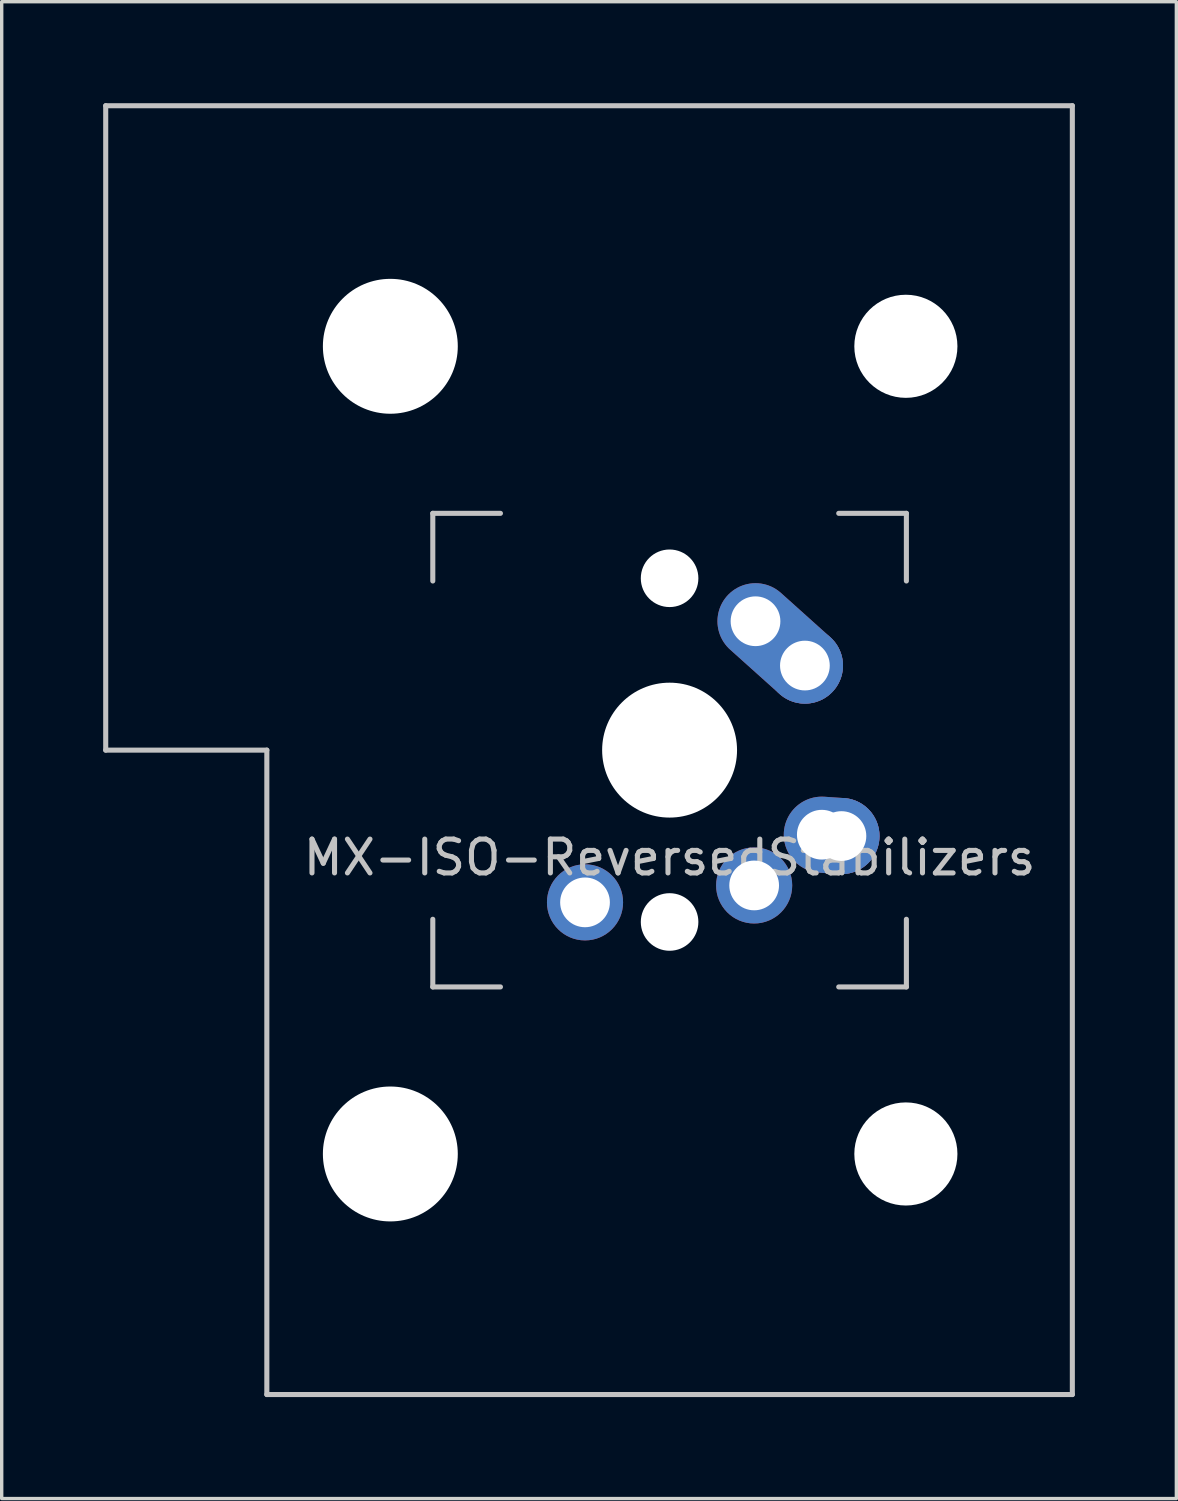
<source format=kicad_pcb>
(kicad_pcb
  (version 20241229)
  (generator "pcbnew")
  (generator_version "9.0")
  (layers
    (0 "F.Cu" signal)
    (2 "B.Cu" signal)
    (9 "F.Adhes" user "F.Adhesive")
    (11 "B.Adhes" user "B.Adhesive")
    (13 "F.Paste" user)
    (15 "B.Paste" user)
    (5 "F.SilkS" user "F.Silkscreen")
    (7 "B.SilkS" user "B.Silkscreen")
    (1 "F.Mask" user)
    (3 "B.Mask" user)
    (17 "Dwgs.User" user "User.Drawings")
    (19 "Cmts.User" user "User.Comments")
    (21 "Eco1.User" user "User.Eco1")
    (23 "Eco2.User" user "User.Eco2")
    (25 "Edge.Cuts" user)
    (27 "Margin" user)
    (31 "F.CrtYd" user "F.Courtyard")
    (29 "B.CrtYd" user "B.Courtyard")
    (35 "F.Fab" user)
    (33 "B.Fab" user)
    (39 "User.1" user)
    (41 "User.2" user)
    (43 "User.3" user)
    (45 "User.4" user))
  (footprint "MX-ISO-ReversedStabilizers"
    (layer "F.Cu")
    (at 16.744 19.125)
    (property "Reference" "MX-ISO-ReversedStabilizers" (at 0 3.175 0) (layer "Dwgs.User") (effects (font (size 1 1) (thickness 0.15))))
    (attr through_hole)
    (fp_line (start -16.669 -19.05) (end -16.669 0) (stroke (width 0.15) (type solid)) (layer "Dwgs.User"))
    (fp_line (start -16.669 -19.05) (end 11.906 -19.05) (stroke (width 0.15) (type solid)) (layer "Dwgs.User"))
    (fp_line (start -11.906 0) (end -16.669 0) (stroke (width 0.15) (type solid)) (layer "Dwgs.User"))
    (fp_line (start -11.906 19.05) (end -11.906 0) (stroke (width 0.15) (type solid)) (layer "Dwgs.User"))
    (fp_line (start -11.906 19.05) (end 11.906 19.05) (stroke (width 0.15) (type solid)) (layer "Dwgs.User"))
    (fp_line (start -7 -7) (end -7 -5) (stroke (width 0.15) (type solid)) (layer "Dwgs.User"))
    (fp_line (start -7 5) (end -7 7) (stroke (width 0.15) (type solid)) (layer "Dwgs.User"))
    (fp_line (start -7 7) (end -5 7) (stroke (width 0.15) (type solid)) (layer "Dwgs.User"))
    (fp_line (start -5 -7) (end -7 -7) (stroke (width 0.15) (type solid)) (layer "Dwgs.User"))
    (fp_line (start 5 -7) (end 7 -7) (stroke (width 0.15) (type solid)) (layer "Dwgs.User"))
    (fp_line (start 5 7) (end 7 7) (stroke (width 0.15) (type solid)) (layer "Dwgs.User"))
    (fp_line (start 7 -7) (end 7 -5) (stroke (width 0.15) (type solid)) (layer "Dwgs.User"))
    (fp_line (start 7 7) (end 7 5) (stroke (width 0.15) (type solid)) (layer "Dwgs.User"))
    (fp_line (start 11.906 -19.05) (end 11.906 19.05) (stroke (width 0.15) (type solid)) (layer "Dwgs.User"))
    (pad "" np_thru_hole circle (at -8.255 -11.938) (size 3.988 3.988) (drill 3.988) (layers "*.Cu" "*.Mask"))
    (pad "" np_thru_hole circle (at -8.255 11.938) (size 3.988 3.988) (drill 3.988) (layers "*.Cu" "*.Mask"))
    (pad "" np_thru_hole circle (at 0 -5.08 48.1) (size 1.702 1.702) (drill 1.702) (layers "*.Cu" "*.Mask"))
    (pad "" np_thru_hole circle (at 0 0) (size 3.988 3.988) (drill 3.988) (layers "*.Cu" "*.Mask"))
    (pad "" np_thru_hole circle (at 0 5.08 48.1) (size 1.702 1.702) (drill 1.702) (layers "*.Cu" "*.Mask"))
    (pad "" np_thru_hole circle (at 6.985 -11.938) (size 3.048 3.048) (drill 3.048) (layers "*.Cu" "*.Mask"))
    (pad "" np_thru_hole circle (at 6.985 11.938) (size 3.048 3.048) (drill 3.048) (layers "*.Cu" "*.Mask"))
    (pad "1" thru_hole circle (at 2.5 4) (size 2.25 2.25) (drill 1.47) (layers "*.Cu" "B.Mask"))
    (pad "1" thru_hole oval (at 4.5 2.5 356.055) (size 2.831 2.25) (drill 1.47 (offset 0.291 0)) (layers "*.Cu" "B.Mask"))
    (pad "1" thru_hole circle (at 5.08 2.54) (size 2.25 2.25) (drill 1.47) (layers "*.Cu" "B.Mask"))
    (pad "2" thru_hole circle (at -2.5 4.5) (size 2.25 2.25) (drill 1.47) (layers "*.Cu" "B.Mask"))
    (pad "2" thru_hole oval (at 2.54 -3.81 318.1) (size 4.212 2.25) (drill 1.47 (offset 0.981 0)) (layers "*.Cu" "B.Mask"))
    (pad "2" thru_hole circle (at 4 -2.5) (size 2.25 2.25) (drill 1.47) (layers "*.Cu" "B.Mask")))
  (gr_rect
    (start -3 -3)
    (end 31.725 41.25)
    (stroke (width 0.1) (type default))
    (fill no)
    (layer "Edge.Cuts")))
</source>
